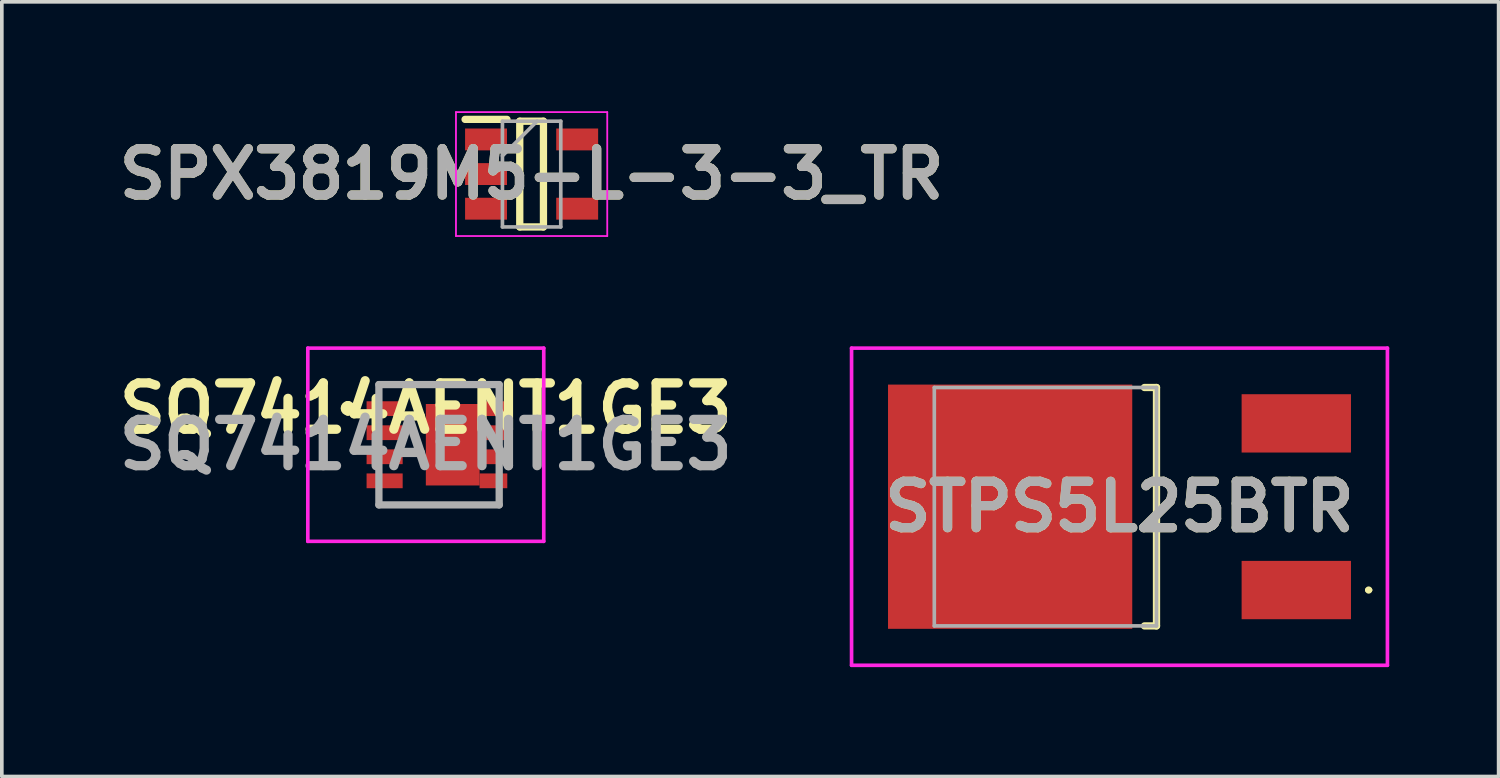
<source format=kicad_pcb>
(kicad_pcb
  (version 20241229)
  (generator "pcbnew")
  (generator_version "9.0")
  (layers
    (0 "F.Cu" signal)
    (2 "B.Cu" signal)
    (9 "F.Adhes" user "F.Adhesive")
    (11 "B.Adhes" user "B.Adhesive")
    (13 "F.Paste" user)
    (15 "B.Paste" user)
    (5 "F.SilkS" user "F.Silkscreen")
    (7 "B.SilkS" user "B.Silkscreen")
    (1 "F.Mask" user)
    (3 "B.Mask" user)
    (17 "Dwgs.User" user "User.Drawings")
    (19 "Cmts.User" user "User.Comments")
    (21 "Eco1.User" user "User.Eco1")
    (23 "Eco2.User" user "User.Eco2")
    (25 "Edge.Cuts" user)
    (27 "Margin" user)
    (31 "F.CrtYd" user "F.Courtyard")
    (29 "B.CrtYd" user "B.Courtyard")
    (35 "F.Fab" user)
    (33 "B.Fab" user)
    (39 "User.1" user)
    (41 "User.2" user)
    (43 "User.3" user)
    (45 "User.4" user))
  (footprint "STPS5L25BTR"
    (layer "F.Cu")
    (at 27.545 10.85)
    (property "Reference" "STPS5L25BTR" (at 0.115 0 0) (layer "F.SilkS") (effects (font (size 1.27 1.27) (thickness 0.254))))
    (attr smd)
    (fp_line (start 0.8 -3.27) (end 1.13 -3.27) (stroke (width 0.2) (type solid)) (layer "F.SilkS"))
    (fp_line (start 1.13 -3.27) (end 1.13 3.27) (stroke (width 0.2) (type solid)) (layer "F.SilkS"))
    (fp_line (start 1.13 3.27) (end 0.8 3.27) (stroke (width 0.2) (type solid)) (layer "F.SilkS"))
    (fp_line (start 6.9 2.286) (end 6.9 2.286) (stroke (width 0.1) (type solid)) (layer "F.SilkS"))
    (fp_line (start 7 2.286) (end 7 2.286) (stroke (width 0.1) (type solid)) (layer "F.SilkS"))
    (fp_arc (start 6.9 2.286) (mid 6.95 2.236) (end 7 2.286) (stroke (width 0.1) (type solid)) (layer "F.SilkS"))
    (fp_arc (start 7 2.286) (mid 6.95 2.336) (end 6.9 2.286) (stroke (width 0.1) (type solid)) (layer "F.SilkS"))
    (fp_line (start -7.235 -4.35) (end 7.465 -4.35) (stroke (width 0.1) (type solid)) (layer "F.CrtYd"))
    (fp_line (start -7.235 4.35) (end -7.235 -4.35) (stroke (width 0.1) (type solid)) (layer "F.CrtYd"))
    (fp_line (start 7.465 -4.35) (end 7.465 4.35) (stroke (width 0.1) (type solid)) (layer "F.CrtYd"))
    (fp_line (start 7.465 4.35) (end -7.235 4.35) (stroke (width 0.1) (type solid)) (layer "F.CrtYd"))
    (fp_line (start -4.965 -3.27) (end 1.13 -3.27) (stroke (width 0.1) (type solid)) (layer "F.Fab"))
    (fp_line (start -4.965 3.27) (end -4.965 -3.27) (stroke (width 0.1) (type solid)) (layer "F.Fab"))
    (fp_line (start 1.13 -3.27) (end 1.13 3.27) (stroke (width 0.1) (type solid)) (layer "F.Fab"))
    (fp_line (start 1.13 3.27) (end -4.965 3.27) (stroke (width 0.1) (type solid)) (layer "F.Fab"))
    (fp_text user "${REFERENCE}" (at 0.115 0 0) (layer "F.Fab") (effects (font (size 1.27 1.27) (thickness 0.254))))
    (pad "1" smd rect (at 4.965 2.286 90) (size 1.6 3) (layers "F.Cu" "F.Mask" "F.Paste"))
    (pad "2" smd rect (at -2.885 0 90) (size 6.7 6.7) (layers "F.Cu" "F.Mask" "F.Paste"))
    (pad "3" smd rect (at 4.965 -2.286 90) (size 1.6 3) (layers "F.Cu" "F.Mask" "F.Paste")))
  (footprint "SQ7414AENT1GE3"
    (layer "F.Cu")
    (at 8.519 9.15)
    (property "Reference" "SQ7414AENT1GE3" (at 0.111 -1 0) (layer "F.SilkS") (effects (font (size 1.27 1.27) (thickness 0.254))))
    (attr smd)
    (fp_line (start -2.025 -1.1) (end -2.025 -1.1) (stroke (width 0.2) (type solid)) (layer "F.SilkS"))
    (fp_line (start -2.025 -0.9) (end -2.025 -0.9) (stroke (width 0.2) (type solid)) (layer "F.SilkS"))
    (fp_line (start -1.175 -1.65) (end 2.125 -1.65) (stroke (width 0.1) (type solid)) (layer "F.SilkS"))
    (fp_line (start -1.175 -1.5) (end -1.175 -1.65) (stroke (width 0.1) (type solid)) (layer "F.SilkS"))
    (fp_line (start -1.175 1.5) (end -1.175 1.65) (stroke (width 0.1) (type solid)) (layer "F.SilkS"))
    (fp_line (start -1.175 1.65) (end 2.125 1.65) (stroke (width 0.1) (type solid)) (layer "F.SilkS"))
    (fp_line (start 2.125 -1.65) (end 2.125 -1.5) (stroke (width 0.1) (type solid)) (layer "F.SilkS"))
    (fp_line (start 2.125 1.65) (end 2.125 1.5) (stroke (width 0.1) (type solid)) (layer "F.SilkS"))
    (fp_arc (start -2.025 -1.1) (mid -1.925 -1) (end -2.025 -0.9) (stroke (width 0.2) (type solid)) (layer "F.SilkS"))
    (fp_arc (start -2.025 -0.9) (mid -2.125 -1) (end -2.025 -1.1) (stroke (width 0.2) (type solid)) (layer "F.SilkS"))
    (fp_line (start -3.125 -2.65) (end 3.347 -2.65) (stroke (width 0.1) (type solid)) (layer "F.CrtYd"))
    (fp_line (start -3.125 2.65) (end -3.125 -2.65) (stroke (width 0.1) (type solid)) (layer "F.CrtYd"))
    (fp_line (start 3.347 -2.65) (end 3.347 2.65) (stroke (width 0.1) (type solid)) (layer "F.CrtYd"))
    (fp_line (start 3.347 2.65) (end -3.125 2.65) (stroke (width 0.1) (type solid)) (layer "F.CrtYd"))
    (fp_line (start -1.175 -1.65) (end 2.125 -1.65) (stroke (width 0.2) (type solid)) (layer "F.Fab"))
    (fp_line (start -1.175 1.65) (end -1.175 -1.65) (stroke (width 0.2) (type solid)) (layer "F.Fab"))
    (fp_line (start 2.125 -1.65) (end 2.125 1.65) (stroke (width 0.2) (type solid)) (layer "F.Fab"))
    (fp_line (start 2.125 1.65) (end -1.175 1.65) (stroke (width 0.2) (type solid)) (layer "F.Fab"))
    (fp_text user "${REFERENCE}" (at 0.111 0 0) (layer "F.Fab") (effects (font (size 1.27 1.27) (thickness 0.254))))
    (pad "1" smd rect (at -1.018 -0.99 90) (size 0.405 0.99) (layers "F.Cu" "F.Mask" "F.Paste"))
    (pad "2" smd rect (at -1.018 -0.33 90) (size 0.405 0.99) (layers "F.Cu" "F.Mask" "F.Paste"))
    (pad "3" smd rect (at -1.018 0.33 90) (size 0.405 0.99) (layers "F.Cu" "F.Mask" "F.Paste"))
    (pad "4" smd rect (at -1.018 0.99 90) (size 0.405 0.99) (layers "F.Cu" "F.Mask" "F.Paste"))
    (pad "5" smd rect (at 1.967 0.99 90) (size 0.405 0.76) (layers "F.Cu" "F.Mask" "F.Paste"))
    (pad "6" smd rect (at 1.967 0.33 90) (size 0.405 0.76) (layers "F.Cu" "F.Mask" "F.Paste"))
    (pad "7" smd rect (at 1.967 -0.33 90) (size 0.405 0.76) (layers "F.Cu" "F.Mask" "F.Paste"))
    (pad "8" smd rect (at 0.85 0) (size 1.475 2.235) (layers "F.Cu" "F.Mask" "F.Paste"))
    (pad "8" smd rect (at 1.967 -0.99 90) (size 0.405 0.76) (layers "F.Cu" "F.Mask" "F.Paste")))
  (footprint "SPX3819M5-L-3-3_TR"
    (layer "F.Cu")
    (at 11.533 1.725)
    (property "Reference" "SPX3819M5-L-3-3_TR" (at 0 0 0) (layer "F.SilkS") (effects (font (size 1.27 1.27) (thickness 0.254))))
    (attr smd)
    (fp_line (start -1.825 -1.5) (end -0.675 -1.5) (stroke (width 0.2) (type solid)) (layer "F.SilkS"))
    (fp_line (start -0.325 -1.45) (end 0.325 -1.45) (stroke (width 0.2) (type solid)) (layer "F.SilkS"))
    (fp_line (start -0.325 1.45) (end -0.325 -1.45) (stroke (width 0.2) (type solid)) (layer "F.SilkS"))
    (fp_line (start 0.325 -1.45) (end 0.325 1.45) (stroke (width 0.2) (type solid)) (layer "F.SilkS"))
    (fp_line (start 0.325 1.45) (end -0.325 1.45) (stroke (width 0.2) (type solid)) (layer "F.SilkS"))
    (fp_line (start -2.075 -1.7) (end 2.075 -1.7) (stroke (width 0.05) (type solid)) (layer "F.CrtYd"))
    (fp_line (start -2.075 1.7) (end -2.075 -1.7) (stroke (width 0.05) (type solid)) (layer "F.CrtYd"))
    (fp_line (start 2.075 -1.7) (end 2.075 1.7) (stroke (width 0.05) (type solid)) (layer "F.CrtYd"))
    (fp_line (start 2.075 1.7) (end -2.075 1.7) (stroke (width 0.05) (type solid)) (layer "F.CrtYd"))
    (fp_line (start -0.8 -1.45) (end 0.8 -1.45) (stroke (width 0.1) (type solid)) (layer "F.Fab"))
    (fp_line (start -0.8 -0.5) (end 0.15 -1.45) (stroke (width 0.1) (type solid)) (layer "F.Fab"))
    (fp_line (start -0.8 1.45) (end -0.8 -1.45) (stroke (width 0.1) (type solid)) (layer "F.Fab"))
    (fp_line (start 0.8 -1.45) (end 0.8 1.45) (stroke (width 0.1) (type solid)) (layer "F.Fab"))
    (fp_line (start 0.8 1.45) (end -0.8 1.45) (stroke (width 0.1) (type solid)) (layer "F.Fab"))
    (fp_text user "${REFERENCE}" (at 0 0 0) (layer "F.Fab") (effects (font (size 1.27 1.27) (thickness 0.254))))
    (pad "1" smd rect (at -1.25 -0.95 90) (size 0.6 1.15) (layers "F.Cu" "F.Mask" "F.Paste"))
    (pad "2" smd rect (at -1.25 0 90) (size 0.6 1.15) (layers "F.Cu" "F.Mask" "F.Paste"))
    (pad "3" smd rect (at -1.25 0.95 90) (size 0.6 1.15) (layers "F.Cu" "F.Mask" "F.Paste"))
    (pad "4" smd rect (at 1.25 0.95 90) (size 0.6 1.15) (layers "F.Cu" "F.Mask" "F.Paste"))
    (pad "5" smd rect (at 1.25 -0.95 90) (size 0.6 1.15) (layers "F.Cu" "F.Mask" "F.Paste")))
  (gr_rect
    (start -3 -3)
    (end 38.06 18.25)
    (stroke (width 0.1) (type default))
    (fill no)
    (layer "Edge.Cuts")))
</source>
